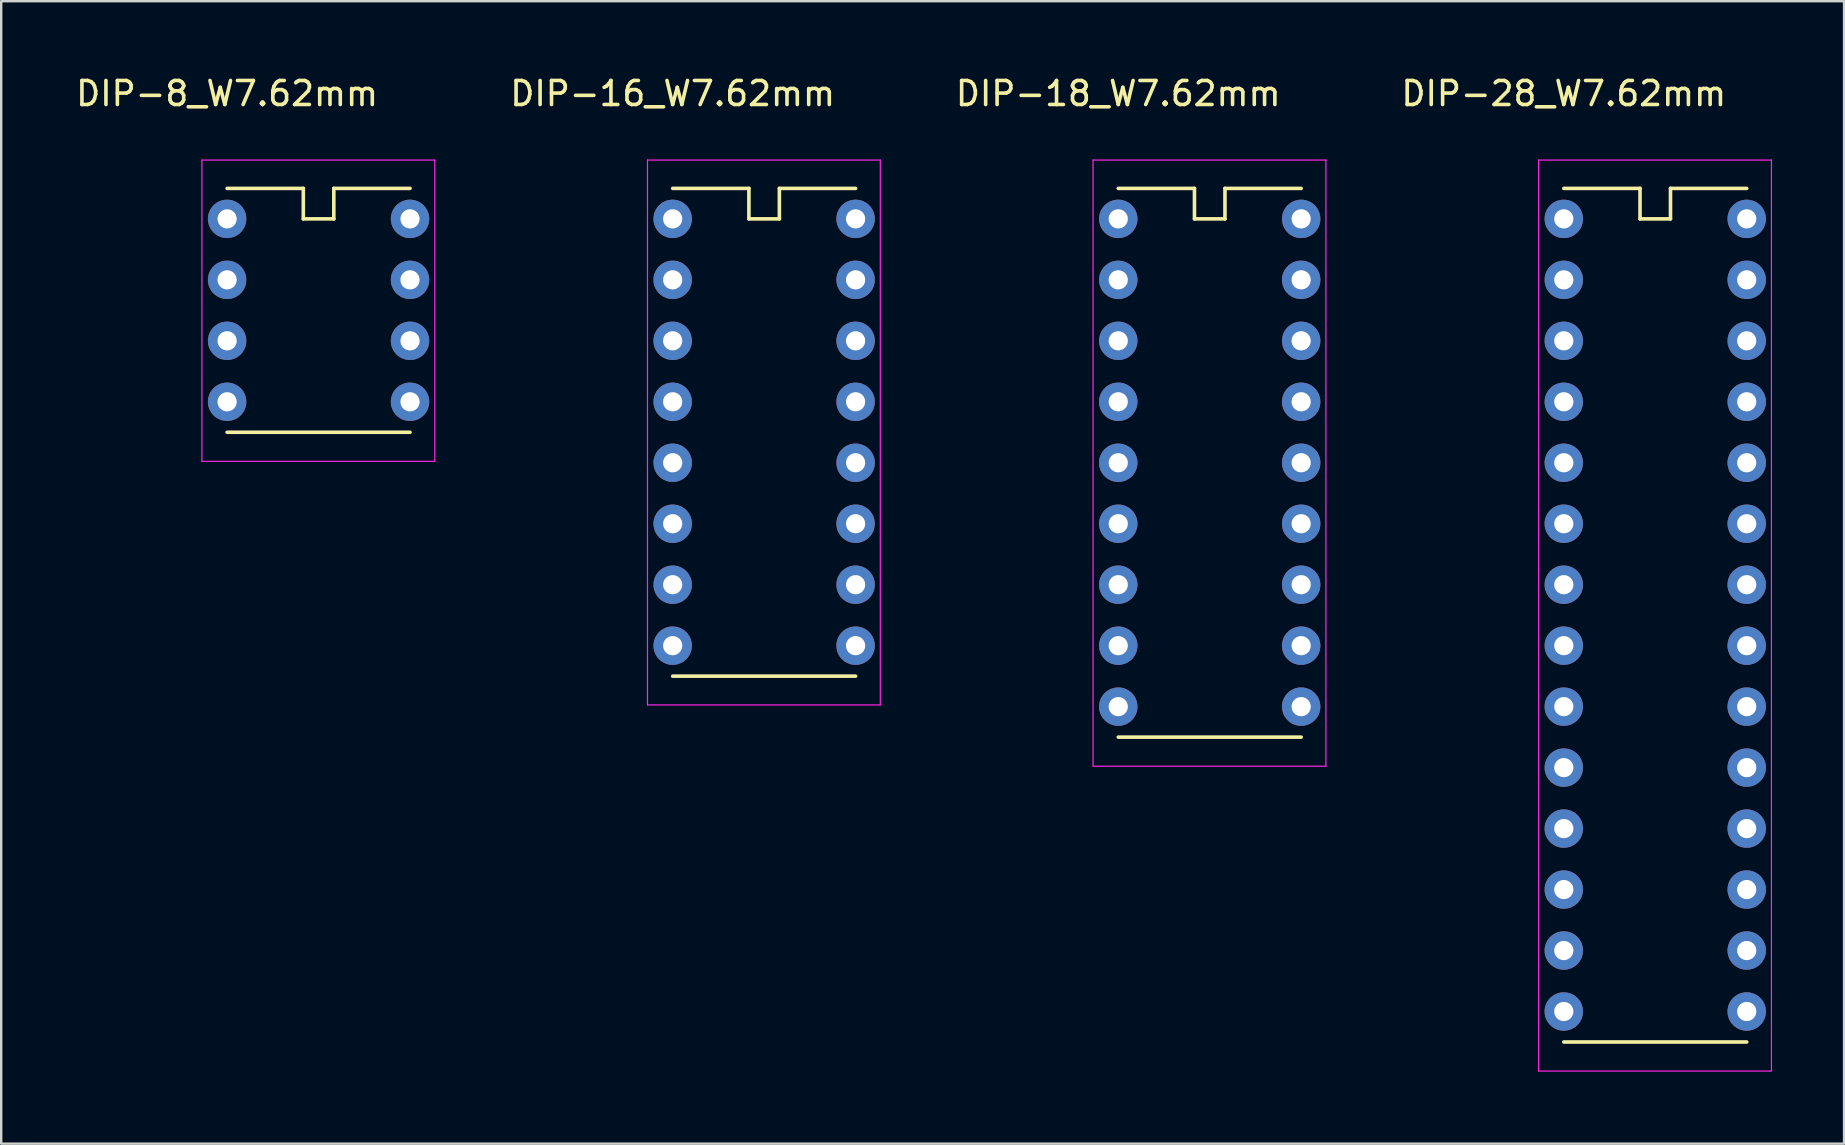
<source format=kicad_pcb>
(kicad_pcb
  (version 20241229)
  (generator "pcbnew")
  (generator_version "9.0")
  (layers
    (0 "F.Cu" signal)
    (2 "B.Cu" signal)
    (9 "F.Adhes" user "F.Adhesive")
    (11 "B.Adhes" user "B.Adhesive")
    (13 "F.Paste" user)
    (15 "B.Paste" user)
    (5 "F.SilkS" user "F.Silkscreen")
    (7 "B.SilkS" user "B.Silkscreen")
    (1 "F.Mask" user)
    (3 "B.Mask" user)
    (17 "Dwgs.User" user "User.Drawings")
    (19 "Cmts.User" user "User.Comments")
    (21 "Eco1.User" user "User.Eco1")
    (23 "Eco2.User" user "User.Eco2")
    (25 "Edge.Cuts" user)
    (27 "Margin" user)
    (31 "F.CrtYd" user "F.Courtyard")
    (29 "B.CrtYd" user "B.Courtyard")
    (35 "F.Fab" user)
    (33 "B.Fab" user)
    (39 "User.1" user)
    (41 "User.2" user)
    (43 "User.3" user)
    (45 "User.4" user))
  (footprint "DIP-16_W7.62mm"
    (layer "F.Cu")
    (at 24.973 6.068)
    (property "Reference" "DIP-16_W7.62mm" (at 0 -5.22 0) (layer "F.SilkS") (effects (font (size 1 1) (thickness 0.15))))
    (attr through_hole)
    (fp_line (start 0 -1.27) (end 3.175 -1.27) (stroke (width 0.15) (type solid)) (layer "F.SilkS"))
    (fp_line (start 0 19.05) (end 7.62 19.05) (stroke (width 0.15) (type solid)) (layer "F.SilkS"))
    (fp_line (start 3.175 -1.27) (end 3.175 0) (stroke (width 0.15) (type solid)) (layer "F.SilkS"))
    (fp_line (start 3.175 0) (end 4.445 0) (stroke (width 0.15) (type solid)) (layer "F.SilkS"))
    (fp_line (start 4.445 -1.27) (end 7.62 -1.27) (stroke (width 0.15) (type solid)) (layer "F.SilkS"))
    (fp_line (start 4.445 0) (end 4.445 -1.27) (stroke (width 0.15) (type solid)) (layer "F.SilkS"))
    (fp_line (start -1.05 -2.45) (end -1.05 20.25) (stroke (width 0.05) (type solid)) (layer "F.CrtYd"))
    (fp_line (start -1.05 -2.45) (end 8.65 -2.45) (stroke (width 0.05) (type solid)) (layer "F.CrtYd"))
    (fp_line (start -1.05 20.25) (end 8.65 20.25) (stroke (width 0.05) (type solid)) (layer "F.CrtYd"))
    (fp_line (start 8.65 -2.45) (end 8.65 20.25) (stroke (width 0.05) (type solid)) (layer "F.CrtYd"))
    (pad "1" thru_hole oval (at 0 0) (size 1.6 1.6) (drill 0.8) (layers "*.Cu" "*.Mask"))
    (pad "2" thru_hole oval (at 0 2.54) (size 1.6 1.6) (drill 0.8) (layers "*.Cu" "*.Mask"))
    (pad "3" thru_hole oval (at 0 5.08) (size 1.6 1.6) (drill 0.8) (layers "*.Cu" "*.Mask"))
    (pad "4" thru_hole oval (at 0 7.62) (size 1.6 1.6) (drill 0.8) (layers "*.Cu" "*.Mask"))
    (pad "5" thru_hole oval (at 0 10.16) (size 1.6 1.6) (drill 0.8) (layers "*.Cu" "*.Mask"))
    (pad "6" thru_hole oval (at 0 12.7) (size 1.6 1.6) (drill 0.8) (layers "*.Cu" "*.Mask"))
    (pad "7" thru_hole oval (at 0 15.24) (size 1.6 1.6) (drill 0.8) (layers "*.Cu" "*.Mask"))
    (pad "8" thru_hole oval (at 0 17.78) (size 1.6 1.6) (drill 0.8) (layers "*.Cu" "*.Mask"))
    (pad "9" thru_hole oval (at 7.62 17.78) (size 1.6 1.6) (drill 0.8) (layers "*.Cu" "*.Mask"))
    (pad "10" thru_hole oval (at 7.62 15.24) (size 1.6 1.6) (drill 0.8) (layers "*.Cu" "*.Mask"))
    (pad "11" thru_hole oval (at 7.62 12.7) (size 1.6 1.6) (drill 0.8) (layers "*.Cu" "*.Mask"))
    (pad "12" thru_hole oval (at 7.62 10.16) (size 1.6 1.6) (drill 0.8) (layers "*.Cu" "*.Mask"))
    (pad "13" thru_hole oval (at 7.62 7.62) (size 1.6 1.6) (drill 0.8) (layers "*.Cu" "*.Mask"))
    (pad "14" thru_hole oval (at 7.62 5.08) (size 1.6 1.6) (drill 0.8) (layers "*.Cu" "*.Mask"))
    (pad "15" thru_hole oval (at 7.62 2.54) (size 1.6 1.6) (drill 0.8) (layers "*.Cu" "*.Mask"))
    (pad "16" thru_hole oval (at 7.62 0) (size 1.6 1.6) (drill 0.8) (layers "*.Cu" "*.Mask")))
  (footprint "DIP-18_W7.62mm"
    (layer "F.Cu")
    (at 43.535 6.068)
    (property "Reference" "DIP-18_W7.62mm" (at 0 -5.22 0) (layer "F.SilkS") (effects (font (size 1 1) (thickness 0.15))))
    (attr through_hole)
    (fp_line (start 0 -1.27) (end 3.175 -1.27) (stroke (width 0.15) (type solid)) (layer "F.SilkS"))
    (fp_line (start 0 21.59) (end 7.62 21.59) (stroke (width 0.15) (type solid)) (layer "F.SilkS"))
    (fp_line (start 3.175 -1.27) (end 3.175 0) (stroke (width 0.15) (type solid)) (layer "F.SilkS"))
    (fp_line (start 3.175 0) (end 4.445 0) (stroke (width 0.15) (type solid)) (layer "F.SilkS"))
    (fp_line (start 4.445 -1.27) (end 7.62 -1.27) (stroke (width 0.15) (type solid)) (layer "F.SilkS"))
    (fp_line (start 4.445 0) (end 4.445 -1.27) (stroke (width 0.15) (type solid)) (layer "F.SilkS"))
    (fp_line (start -1.05 -2.45) (end -1.05 22.8) (stroke (width 0.05) (type solid)) (layer "F.CrtYd"))
    (fp_line (start -1.05 -2.45) (end 8.65 -2.45) (stroke (width 0.05) (type solid)) (layer "F.CrtYd"))
    (fp_line (start -1.05 22.8) (end 8.65 22.8) (stroke (width 0.05) (type solid)) (layer "F.CrtYd"))
    (fp_line (start 8.65 -2.45) (end 8.65 22.8) (stroke (width 0.05) (type solid)) (layer "F.CrtYd"))
    (pad "1" thru_hole oval (at 0 0) (size 1.6 1.6) (drill 0.8) (layers "*.Cu" "*.Mask"))
    (pad "2" thru_hole oval (at 0 2.54) (size 1.6 1.6) (drill 0.8) (layers "*.Cu" "*.Mask"))
    (pad "3" thru_hole oval (at 0 5.08) (size 1.6 1.6) (drill 0.8) (layers "*.Cu" "*.Mask"))
    (pad "4" thru_hole oval (at 0 7.62) (size 1.6 1.6) (drill 0.8) (layers "*.Cu" "*.Mask"))
    (pad "5" thru_hole oval (at 0 10.16) (size 1.6 1.6) (drill 0.8) (layers "*.Cu" "*.Mask"))
    (pad "6" thru_hole oval (at 0 12.7) (size 1.6 1.6) (drill 0.8) (layers "*.Cu" "*.Mask"))
    (pad "7" thru_hole oval (at 0 15.24) (size 1.6 1.6) (drill 0.8) (layers "*.Cu" "*.Mask"))
    (pad "8" thru_hole oval (at 0 17.78) (size 1.6 1.6) (drill 0.8) (layers "*.Cu" "*.Mask"))
    (pad "9" thru_hole oval (at 0 20.32) (size 1.6 1.6) (drill 0.8) (layers "*.Cu" "*.Mask"))
    (pad "10" thru_hole oval (at 7.62 20.32) (size 1.6 1.6) (drill 0.8) (layers "*.Cu" "*.Mask"))
    (pad "11" thru_hole oval (at 7.62 17.78) (size 1.6 1.6) (drill 0.8) (layers "*.Cu" "*.Mask"))
    (pad "12" thru_hole oval (at 7.62 15.24) (size 1.6 1.6) (drill 0.8) (layers "*.Cu" "*.Mask"))
    (pad "13" thru_hole oval (at 7.62 12.7) (size 1.6 1.6) (drill 0.8) (layers "*.Cu" "*.Mask"))
    (pad "14" thru_hole oval (at 7.62 10.16) (size 1.6 1.6) (drill 0.8) (layers "*.Cu" "*.Mask"))
    (pad "15" thru_hole oval (at 7.62 7.62) (size 1.6 1.6) (drill 0.8) (layers "*.Cu" "*.Mask"))
    (pad "16" thru_hole oval (at 7.62 5.08) (size 1.6 1.6) (drill 0.8) (layers "*.Cu" "*.Mask"))
    (pad "17" thru_hole oval (at 7.62 2.54) (size 1.6 1.6) (drill 0.8) (layers "*.Cu" "*.Mask"))
    (pad "18" thru_hole oval (at 7.62 0) (size 1.6 1.6) (drill 0.8) (layers "*.Cu" "*.Mask")))
  (footprint "DIP-28_W7.62mm"
    (layer "F.Cu")
    (at 62.096 6.068)
    (property "Reference" "DIP-28_W7.62mm" (at 0 -5.22 0) (layer "F.SilkS") (effects (font (size 1 1) (thickness 0.15))))
    (attr through_hole)
    (fp_line (start 0 -1.27) (end 3.175 -1.27) (stroke (width 0.15) (type solid)) (layer "F.SilkS"))
    (fp_line (start 0 34.29) (end 7.62 34.29) (stroke (width 0.15) (type solid)) (layer "F.SilkS"))
    (fp_line (start 3.175 -1.27) (end 3.175 0) (stroke (width 0.15) (type solid)) (layer "F.SilkS"))
    (fp_line (start 3.175 0) (end 4.445 0) (stroke (width 0.15) (type solid)) (layer "F.SilkS"))
    (fp_line (start 4.445 -1.27) (end 7.62 -1.27) (stroke (width 0.15) (type solid)) (layer "F.SilkS"))
    (fp_line (start 4.445 0) (end 4.445 -1.27) (stroke (width 0.15) (type solid)) (layer "F.SilkS"))
    (fp_line (start -1.05 -2.45) (end -1.05 35.5) (stroke (width 0.05) (type solid)) (layer "F.CrtYd"))
    (fp_line (start -1.05 -2.45) (end 8.65 -2.45) (stroke (width 0.05) (type solid)) (layer "F.CrtYd"))
    (fp_line (start -1.05 35.5) (end 8.65 35.5) (stroke (width 0.05) (type solid)) (layer "F.CrtYd"))
    (fp_line (start 8.65 -2.45) (end 8.65 35.5) (stroke (width 0.05) (type solid)) (layer "F.CrtYd"))
    (pad "1" thru_hole oval (at 0 0) (size 1.6 1.6) (drill 0.8) (layers "*.Cu" "*.Mask"))
    (pad "2" thru_hole oval (at 0 2.54) (size 1.6 1.6) (drill 0.8) (layers "*.Cu" "*.Mask"))
    (pad "3" thru_hole oval (at 0 5.08) (size 1.6 1.6) (drill 0.8) (layers "*.Cu" "*.Mask"))
    (pad "4" thru_hole oval (at 0 7.62) (size 1.6 1.6) (drill 0.8) (layers "*.Cu" "*.Mask"))
    (pad "5" thru_hole oval (at 0 10.16) (size 1.6 1.6) (drill 0.8) (layers "*.Cu" "*.Mask"))
    (pad "6" thru_hole oval (at 0 12.7) (size 1.6 1.6) (drill 0.8) (layers "*.Cu" "*.Mask"))
    (pad "7" thru_hole oval (at 0 15.24) (size 1.6 1.6) (drill 0.8) (layers "*.Cu" "*.Mask"))
    (pad "8" thru_hole oval (at 0 17.78) (size 1.6 1.6) (drill 0.8) (layers "*.Cu" "*.Mask"))
    (pad "9" thru_hole oval (at 0 20.32) (size 1.6 1.6) (drill 0.8) (layers "*.Cu" "*.Mask"))
    (pad "10" thru_hole oval (at 0 22.86) (size 1.6 1.6) (drill 0.8) (layers "*.Cu" "*.Mask"))
    (pad "11" thru_hole oval (at 0 25.4) (size 1.6 1.6) (drill 0.8) (layers "*.Cu" "*.Mask"))
    (pad "12" thru_hole oval (at 0 27.94) (size 1.6 1.6) (drill 0.8) (layers "*.Cu" "*.Mask"))
    (pad "13" thru_hole oval (at 0 30.48) (size 1.6 1.6) (drill 0.8) (layers "*.Cu" "*.Mask"))
    (pad "14" thru_hole oval (at 0 33.02) (size 1.6 1.6) (drill 0.8) (layers "*.Cu" "*.Mask"))
    (pad "15" thru_hole oval (at 7.62 33.02) (size 1.6 1.6) (drill 0.8) (layers "*.Cu" "*.Mask"))
    (pad "16" thru_hole oval (at 7.62 30.48) (size 1.6 1.6) (drill 0.8) (layers "*.Cu" "*.Mask"))
    (pad "17" thru_hole oval (at 7.62 27.94) (size 1.6 1.6) (drill 0.8) (layers "*.Cu" "*.Mask"))
    (pad "18" thru_hole oval (at 7.62 25.4) (size 1.6 1.6) (drill 0.8) (layers "*.Cu" "*.Mask"))
    (pad "19" thru_hole oval (at 7.62 22.86) (size 1.6 1.6) (drill 0.8) (layers "*.Cu" "*.Mask"))
    (pad "20" thru_hole oval (at 7.62 20.32) (size 1.6 1.6) (drill 0.8) (layers "*.Cu" "*.Mask"))
    (pad "21" thru_hole oval (at 7.62 17.78) (size 1.6 1.6) (drill 0.8) (layers "*.Cu" "*.Mask"))
    (pad "22" thru_hole oval (at 7.62 15.24) (size 1.6 1.6) (drill 0.8) (layers "*.Cu" "*.Mask"))
    (pad "23" thru_hole oval (at 7.62 12.7) (size 1.6 1.6) (drill 0.8) (layers "*.Cu" "*.Mask"))
    (pad "24" thru_hole oval (at 7.62 10.16) (size 1.6 1.6) (drill 0.8) (layers "*.Cu" "*.Mask"))
    (pad "25" thru_hole oval (at 7.62 7.62) (size 1.6 1.6) (drill 0.8) (layers "*.Cu" "*.Mask"))
    (pad "26" thru_hole oval (at 7.62 5.08) (size 1.6 1.6) (drill 0.8) (layers "*.Cu" "*.Mask"))
    (pad "27" thru_hole oval (at 7.62 2.54) (size 1.6 1.6) (drill 0.8) (layers "*.Cu" "*.Mask"))
    (pad "28" thru_hole oval (at 7.62 0) (size 1.6 1.6) (drill 0.8) (layers "*.Cu" "*.Mask")))
  (footprint "DIP-8_W7.62mm"
    (layer "F.Cu")
    (at 6.411 6.068)
    (property "Reference" "DIP-8_W7.62mm" (at 0 -5.22 0) (layer "F.SilkS") (effects (font (size 1 1) (thickness 0.15))))
    (attr through_hole)
    (fp_line (start 0 -1.27) (end 3.175 -1.27) (stroke (width 0.15) (type solid)) (layer "F.SilkS"))
    (fp_line (start 0 8.89) (end 7.62 8.89) (stroke (width 0.15) (type solid)) (layer "F.SilkS"))
    (fp_line (start 3.175 -1.27) (end 3.175 0) (stroke (width 0.15) (type solid)) (layer "F.SilkS"))
    (fp_line (start 3.175 0) (end 4.445 0) (stroke (width 0.15) (type solid)) (layer "F.SilkS"))
    (fp_line (start 4.445 -1.27) (end 7.62 -1.27) (stroke (width 0.15) (type solid)) (layer "F.SilkS"))
    (fp_line (start 4.445 0) (end 4.445 -1.27) (stroke (width 0.15) (type solid)) (layer "F.SilkS"))
    (fp_line (start -1.05 -2.45) (end -1.05 10.1) (stroke (width 0.05) (type solid)) (layer "F.CrtYd"))
    (fp_line (start -1.05 -2.45) (end 8.65 -2.45) (stroke (width 0.05) (type solid)) (layer "F.CrtYd"))
    (fp_line (start -1.05 10.1) (end 8.65 10.1) (stroke (width 0.05) (type solid)) (layer "F.CrtYd"))
    (fp_line (start 8.65 -2.45) (end 8.65 10.1) (stroke (width 0.05) (type solid)) (layer "F.CrtYd"))
    (pad "1" thru_hole oval (at 0 0) (size 1.6 1.6) (drill 0.8) (layers "*.Cu" "*.Mask"))
    (pad "2" thru_hole oval (at 0 2.54) (size 1.6 1.6) (drill 0.8) (layers "*.Cu" "*.Mask"))
    (pad "3" thru_hole oval (at 0 5.08) (size 1.6 1.6) (drill 0.8) (layers "*.Cu" "*.Mask"))
    (pad "4" thru_hole oval (at 0 7.62) (size 1.6 1.6) (drill 0.8) (layers "*.Cu" "*.Mask"))
    (pad "5" thru_hole oval (at 7.62 7.62) (size 1.6 1.6) (drill 0.8) (layers "*.Cu" "*.Mask"))
    (pad "6" thru_hole oval (at 7.62 5.08) (size 1.6 1.6) (drill 0.8) (layers "*.Cu" "*.Mask"))
    (pad "7" thru_hole oval (at 7.62 2.54) (size 1.6 1.6) (drill 0.8) (layers "*.Cu" "*.Mask"))
    (pad "8" thru_hole oval (at 7.62 0) (size 1.6 1.6) (drill 0.8) (layers "*.Cu" "*.Mask")))
  (gr_rect
    (start -3 -3)
    (end 73.771 44.593)
    (stroke (width 0.1) (type default))
    (fill no)
    (layer "Edge.Cuts")))
</source>
